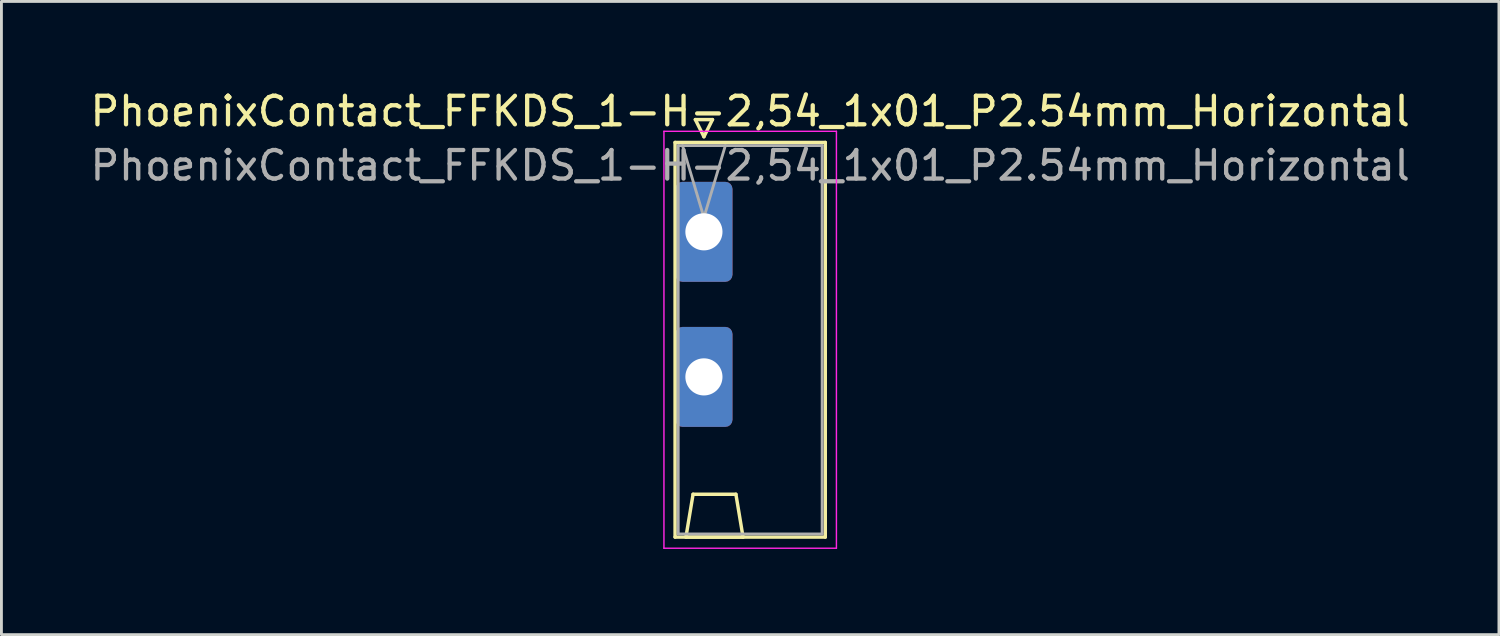
<source format=kicad_pcb>
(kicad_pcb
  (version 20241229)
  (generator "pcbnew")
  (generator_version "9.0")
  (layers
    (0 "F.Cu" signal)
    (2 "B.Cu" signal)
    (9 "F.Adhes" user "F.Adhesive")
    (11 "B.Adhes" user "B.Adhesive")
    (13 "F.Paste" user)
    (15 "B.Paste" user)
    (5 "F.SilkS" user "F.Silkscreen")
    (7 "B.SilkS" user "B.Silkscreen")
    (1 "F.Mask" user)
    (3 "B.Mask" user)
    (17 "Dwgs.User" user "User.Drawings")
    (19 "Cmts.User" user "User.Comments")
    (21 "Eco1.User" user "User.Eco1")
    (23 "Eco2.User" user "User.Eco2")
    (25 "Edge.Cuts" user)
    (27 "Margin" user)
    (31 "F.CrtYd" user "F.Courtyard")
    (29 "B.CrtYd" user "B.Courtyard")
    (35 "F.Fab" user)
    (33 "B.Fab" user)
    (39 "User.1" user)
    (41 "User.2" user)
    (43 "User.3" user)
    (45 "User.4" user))
  (footprint "PhoenixContact_FFKDS_1-H-2,54_1x01_P2.54mm_Horizontal"
    (layer "F.Cu")
    (at 21.6 5.068)
    (property "Reference" "PhoenixContact_FFKDS_1-H-2,54_1x01_P2.54mm_Horizontal" (at 1.62 -4.22 0) (layer "F.SilkS") (effects (font (size 1 1) (thickness 0.15))))
    (attr through_hole)
    (fp_line (start -1.01 -3.13) (end -1.01 10.69) (stroke (width 0.12) (type solid)) (layer "F.SilkS"))
    (fp_line (start -1.01 10.69) (end 4.25 10.69) (stroke (width 0.12) (type solid)) (layer "F.SilkS"))
    (fp_line (start -0.63 10.69) (end 1.37 10.69) (stroke (width 0.12) (type solid)) (layer "F.SilkS"))
    (fp_line (start -0.38 9.19) (end -0.63 10.69) (stroke (width 0.12) (type solid)) (layer "F.SilkS"))
    (fp_line (start -0.3 -3.93) (end 0.3 -3.93) (stroke (width 0.12) (type solid)) (layer "F.SilkS"))
    (fp_line (start 0 -3.33) (end -0.3 -3.93) (stroke (width 0.12) (type solid)) (layer "F.SilkS"))
    (fp_line (start 0.3 -3.93) (end 0 -3.33) (stroke (width 0.12) (type solid)) (layer "F.SilkS"))
    (fp_line (start 1.12 9.19) (end -0.38 9.19) (stroke (width 0.12) (type solid)) (layer "F.SilkS"))
    (fp_line (start 1.37 10.69) (end 1.12 9.19) (stroke (width 0.12) (type solid)) (layer "F.SilkS"))
    (fp_line (start 4.25 -3.13) (end -1.01 -3.13) (stroke (width 0.12) (type solid)) (layer "F.SilkS"))
    (fp_line (start 4.25 10.69) (end 4.25 -3.13) (stroke (width 0.12) (type solid)) (layer "F.SilkS"))
    (fp_line (start -1.4 -3.52) (end -1.4 11.08) (stroke (width 0.05) (type solid)) (layer "F.CrtYd"))
    (fp_line (start -1.4 11.08) (end 4.64 11.08) (stroke (width 0.05) (type solid)) (layer "F.CrtYd"))
    (fp_line (start 4.64 -3.52) (end -1.4 -3.52) (stroke (width 0.05) (type solid)) (layer "F.CrtYd"))
    (fp_line (start 4.64 11.08) (end 4.64 -3.52) (stroke (width 0.05) (type solid)) (layer "F.CrtYd"))
    (fp_line (start -0.9 -3.02) (end -0.9 10.58) (stroke (width 0.1) (type solid)) (layer "F.Fab"))
    (fp_line (start -0.9 10.58) (end 4.14 10.58) (stroke (width 0.1) (type solid)) (layer "F.Fab"))
    (fp_line (start 0 -0.5) (end -0.75 -3.02) (stroke (width 0.1) (type solid)) (layer "F.Fab"))
    (fp_line (start 0.75 -3.02) (end 0 -0.5) (stroke (width 0.1) (type solid)) (layer "F.Fab"))
    (fp_line (start 4.14 -3.02) (end -0.9 -3.02) (stroke (width 0.1) (type solid)) (layer "F.Fab"))
    (fp_line (start 4.14 10.58) (end 4.14 -3.02) (stroke (width 0.1) (type solid)) (layer "F.Fab"))
    (fp_text user "${REFERENCE}" (at 1.62 -2.32 0) (layer "F.Fab") (effects (font (size 1 1) (thickness 0.15))))
    (pad "1" thru_hole roundrect (at 0 0) (size 2 3.5) (drill 1.3) (layers "*.Cu" "*.Mask") (roundrect_rratio 0.125))
    (pad "1" thru_hole roundrect (at 0 5.08) (size 2 3.5) (drill 1.3) (layers "*.Cu" "*.Mask") (roundrect_rratio 0.125)))
  (gr_rect
    (start -3 -3)
    (end 49.44 19.173)
    (stroke (width 0.1) (type default))
    (fill no)
    (layer "Edge.Cuts")))
</source>
